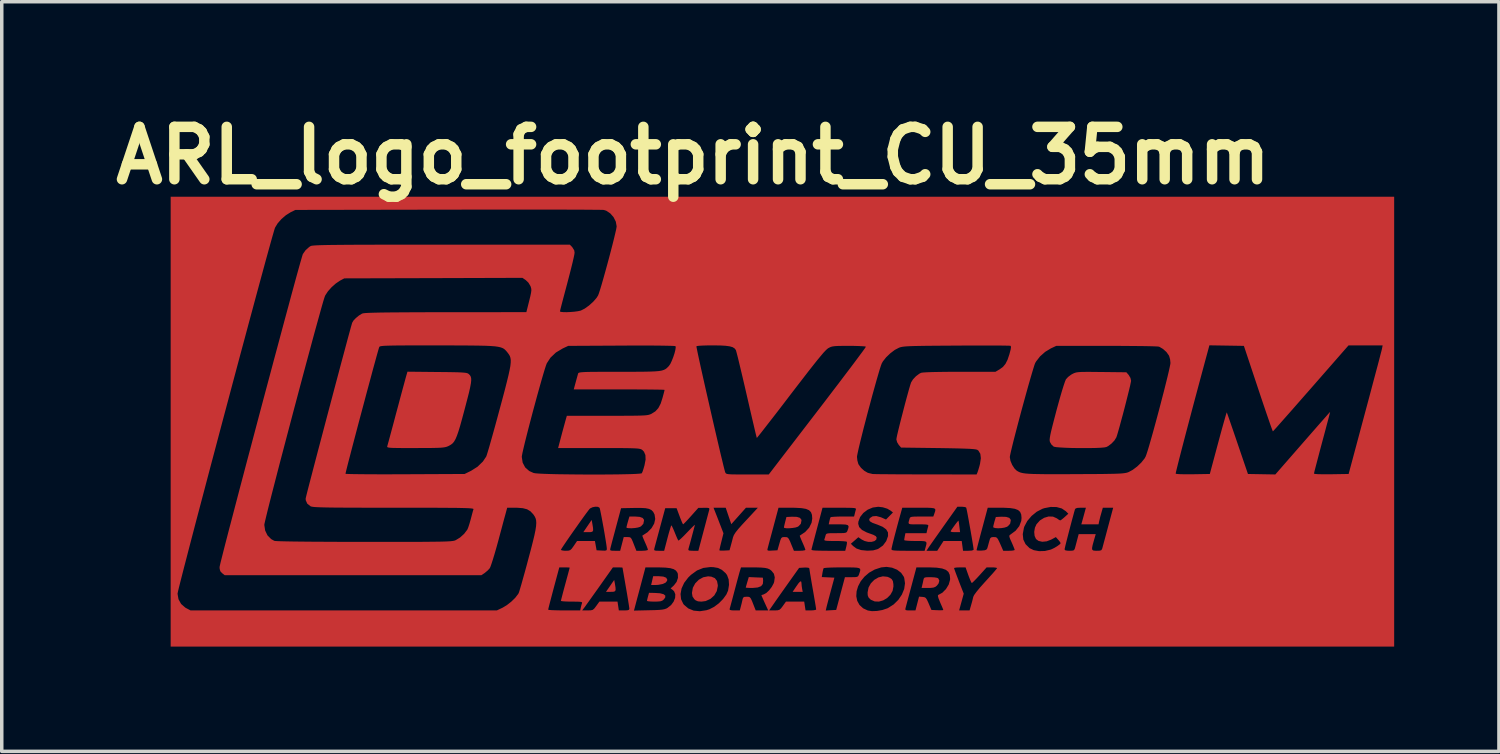
<source format=kicad_pcb>
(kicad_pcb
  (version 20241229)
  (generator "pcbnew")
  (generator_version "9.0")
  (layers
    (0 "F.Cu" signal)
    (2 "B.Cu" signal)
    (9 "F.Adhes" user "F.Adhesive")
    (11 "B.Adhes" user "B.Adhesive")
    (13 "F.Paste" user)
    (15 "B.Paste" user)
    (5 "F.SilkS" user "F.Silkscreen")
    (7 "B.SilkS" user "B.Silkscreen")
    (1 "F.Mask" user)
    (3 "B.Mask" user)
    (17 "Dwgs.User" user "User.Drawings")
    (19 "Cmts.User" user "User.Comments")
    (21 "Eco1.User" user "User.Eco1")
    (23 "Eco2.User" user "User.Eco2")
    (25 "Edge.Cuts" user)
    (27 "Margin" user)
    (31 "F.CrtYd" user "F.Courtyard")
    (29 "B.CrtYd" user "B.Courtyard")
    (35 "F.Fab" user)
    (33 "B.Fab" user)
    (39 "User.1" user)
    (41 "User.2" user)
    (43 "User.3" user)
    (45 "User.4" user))
  (footprint "ARL_logo_footprint_CU_35mm"
    (layer "F.Cu")
    (at 19.34 9.024)
    (property "Reference" "ARL_logo_footprint_CU_35mm" (at -2.54 -7.62 0) (layer "F.SilkS") (effects (font (size 1.5 1.5) (thickness 0.3))))
    (attr board_only exclude_from_pos_files exclude_from_bom)
    (fp_poly (pts (xy -5.428 2.926) (xy -5.409 3.041) (xy -5.406 3.111) (xy -5.425 3.148) (xy -5.47 3.162) (xy -5.546 3.164) (xy -5.687 3.164) (xy -5.568 2.989) (xy -5.448 2.814)) (stroke (width 0) (type solid)) (fill yes) (layer "F.Cu"))
    (fp_poly (pts (xy -4.783 4.639) (xy -4.765 4.752) (xy -4.762 4.821) (xy -4.782 4.857) (xy -4.829 4.871) (xy -4.899 4.873) (xy -5.038 4.873) (xy -4.92 4.702) (xy -4.803 4.532)) (stroke (width 0) (type solid)) (fill yes) (layer "F.Cu"))
    (fp_poly (pts (xy 0.56 4.62) (xy 0.56 4.631) (xy 0.566 4.708) (xy 0.578 4.785) (xy 0.595 4.873) (xy 0.451 4.873) (xy 0.307 4.873) (xy 0.41 4.719) (xy 0.478 4.623) (xy 0.524 4.575) (xy 0.55 4.575)) (stroke (width 0) (type solid)) (fill yes) (layer "F.Cu"))
    (fp_poly (pts (xy -3.397 4.436) (xy -3.315 4.468) (xy -3.284 4.521) (xy -3.289 4.559) (xy -3.333 4.611) (xy -3.421 4.65) (xy -3.544 4.673) (xy -3.63 4.677) (xy -3.745 4.677) (xy -3.716 4.551) (xy -3.687 4.425) (xy -3.529 4.425)) (stroke (width 0) (type solid)) (fill yes) (layer "F.Cu"))
    (fp_poly (pts (xy 5.062 2.864) (xy 5.072 2.933) (xy 5.081 3.003) (xy 5.101 3.164) (xy 4.957 3.164) (xy 4.871 3.161) (xy 4.833 3.148) (xy 4.834 3.129) (xy 4.867 3.077) (xy 4.916 3.008) (xy 4.969 2.936) (xy 5.016 2.875) (xy 5.048 2.839) (xy 5.055 2.834)) (stroke (width 0) (type solid)) (fill yes) (layer "F.Cu"))
    (fp_poly (pts (xy -0.748 4.459) (xy -0.546 4.467) (xy -0.538 4.555) (xy -0.547 4.647) (xy -0.597 4.711) (xy -0.693 4.748) (xy -0.836 4.761) (xy -0.845 4.761) (xy -0.941 4.76) (xy -1.009 4.756) (xy -1.036 4.752) (xy -1.036 4.752) (xy -1.029 4.722) (xy -1.01 4.656) (xy -0.993 4.597) (xy -0.949 4.45)) (stroke (width 0) (type solid)) (fill yes) (layer "F.Cu"))
    (fp_poly (pts (xy -4.074 2.726) (xy -3.988 2.757) (xy -3.95 2.809) (xy -3.949 2.827) (xy -3.968 2.924) (xy -4.03 2.992) (xy -4.063 3.012) (xy -4.123 3.031) (xy -4.208 3.045) (xy -4.299 3.052) (xy -4.381 3.051) (xy -4.437 3.043) (xy -4.453 3.03) (xy -4.445 2.992) (xy -4.426 2.919) (xy -4.41 2.862) (xy -4.367 2.716) (xy -4.212 2.716)) (stroke (width 0) (type solid)) (fill yes) (layer "F.Cu"))
    (fp_poly (pts (xy -3.646 4.904) (xy -3.491 4.914) (xy -3.388 4.941) (xy -3.339 4.982) (xy -3.343 5.038) (xy -3.387 5.095) (xy -3.427 5.126) (xy -3.482 5.144) (xy -3.565 5.151) (xy -3.655 5.153) (xy -3.755 5.15) (xy -3.829 5.143) (xy -3.864 5.134) (xy -3.864 5.132) (xy -3.857 5.093) (xy -3.84 5.025) (xy -3.835 5.006) (xy -3.806 4.901)) (stroke (width 0) (type solid)) (fill yes) (layer "F.Cu"))
    (fp_poly (pts (xy 0.426 2.726) (xy 0.516 2.754) (xy 0.557 2.806) (xy 0.56 2.827) (xy 0.541 2.924) (xy 0.479 2.992) (xy 0.446 3.012) (xy 0.387 3.031) (xy 0.303 3.044) (xy 0.212 3.052) (xy 0.13 3.052) (xy 0.073 3.044) (xy 0.057 3.031) (xy 0.063 2.994) (xy 0.08 2.922) (xy 0.093 2.87) (xy 0.129 2.73) (xy 0.288 2.722)) (stroke (width 0) (type solid)) (fill yes) (layer "F.Cu"))
    (fp_poly (pts (xy 6.419 2.726) (xy 6.509 2.754) (xy 6.55 2.806) (xy 6.553 2.827) (xy 6.534 2.924) (xy 6.472 2.992) (xy 6.439 3.012) (xy 6.371 3.034) (xy 6.282 3.048) (xy 6.19 3.053) (xy 6.111 3.047) (xy 6.06 3.032) (xy 6.049 3.017) (xy 6.057 2.971) (xy 6.077 2.894) (xy 6.087 2.856) (xy 6.125 2.73) (xy 6.282 2.722)) (stroke (width 0) (type solid)) (fill yes) (layer "F.Cu"))
    (fp_poly (pts (xy 4.362 4.458) (xy 4.441 4.471) (xy 4.475 4.486) (xy 4.507 4.552) (xy 4.487 4.63) (xy 4.44 4.692) (xy 4.394 4.73) (xy 4.34 4.751) (xy 4.261 4.76) (xy 4.185 4.761) (xy 3.999 4.761) (xy 4.017 4.687) (xy 4.037 4.602) (xy 4.051 4.533) (xy 4.063 4.49) (xy 4.084 4.466) (xy 4.128 4.456) (xy 4.21 4.453) (xy 4.255 4.453)) (stroke (width 0) (type solid)) (fill yes) (layer "F.Cu"))
    (fp_poly (pts (xy -2.021 4.438) (xy -1.92 4.481) (xy -1.859 4.561) (xy -1.836 4.68) (xy -1.836 4.706) (xy -1.865 4.851) (xy -1.938 4.977) (xy -2.048 5.075) (xy -2.184 5.137) (xy -2.305 5.153) (xy -2.403 5.145) (xy -2.471 5.116) (xy -2.508 5.084) (xy -2.56 5.008) (xy -2.576 4.91) (xy -2.576 4.901) (xy -2.551 4.756) (xy -2.482 4.629) (xy -2.38 4.526) (xy -2.254 4.456) (xy -2.115 4.429)) (stroke (width 0) (type solid)) (fill yes) (layer "F.Cu"))
    (fp_poly (pts (xy 3.02 4.442) (xy 3.078 4.466) (xy 3.142 4.508) (xy 3.177 4.565) (xy 3.191 4.652) (xy 3.193 4.717) (xy 3.169 4.845) (xy 3.105 4.958) (xy 3.012 5.051) (xy 2.9 5.117) (xy 2.778 5.152) (xy 2.658 5.148) (xy 2.549 5.101) (xy 2.529 5.085) (xy 2.478 5.031) (xy 2.456 4.969) (xy 2.453 4.89) (xy 2.48 4.75) (xy 2.547 4.628) (xy 2.645 4.529) (xy 2.763 4.46) (xy 2.891 4.429)) (stroke (width 0) (type solid)) (fill yes) (layer "F.Cu"))
    (fp_poly (pts (xy -9.873 -1.422) (xy -9.631 -1.42) (xy -9.439 -1.417) (xy -9.29 -1.414) (xy -9.178 -1.409) (xy -9.098 -1.403) (xy -9.042 -1.396) (xy -9.005 -1.386) (xy -8.98 -1.373) (xy -8.966 -1.362) (xy -8.934 -1.33) (xy -8.912 -1.293) (xy -8.899 -1.246) (xy -8.897 -1.183) (xy -8.906 -1.098) (xy -8.927 -0.985) (xy -8.96 -0.837) (xy -9.008 -0.65) (xy -9.069 -0.416) (xy -9.088 -0.344) (xy -9.156 -0.091) (xy -9.213 0.115) (xy -9.262 0.277) (xy -9.306 0.403) (xy -9.346 0.498) (xy -9.387 0.569) (xy -9.429 0.62) (xy -9.477 0.658) (xy -9.533 0.69) (xy -9.56 0.703) (xy -9.598 0.718) (xy -9.642 0.73) (xy -9.698 0.739) (xy -9.774 0.746) (xy -9.876 0.75) (xy -10.011 0.753) (xy -10.186 0.755) (xy -10.407 0.755) (xy -10.497 0.756) (xy -10.732 0.756) (xy -10.918 0.755) (xy -11.059 0.753) (xy -11.162 0.751) (xy -11.232 0.746) (xy -11.275 0.739) (xy -11.297 0.73) (xy -11.304 0.719) (xy -11.301 0.705) (xy -11.291 0.667) (xy -11.267 0.581) (xy -11.233 0.455) (xy -11.19 0.295) (xy -11.139 0.107) (xy -11.084 -0.1) (xy -11.047 -0.24) (xy -10.987 -0.462) (xy -10.931 -0.673) (xy -10.879 -0.866) (xy -10.834 -1.032) (xy -10.798 -1.164) (xy -10.774 -1.253) (xy -10.766 -1.282) (xy -10.723 -1.431)) (stroke (width 0) (type solid)) (fill yes) (layer "F.Cu"))
    (fp_poly (pts (xy 8.849 -1.425) (xy 9.043 -1.423) (xy 9.153 -1.422) (xy 9.862 -1.414) (xy 9.93 -1.336) (xy 9.98 -1.251) (xy 9.998 -1.172) (xy 9.99 -1.126) (xy 9.971 -1.035) (xy 9.941 -0.908) (xy 9.902 -0.752) (xy 9.858 -0.577) (xy 9.811 -0.392) (xy 9.762 -0.206) (xy 9.713 -0.026) (xy 9.669 0.138) (xy 9.629 0.278) (xy 9.598 0.384) (xy 9.576 0.449) (xy 9.575 0.451) (xy 9.521 0.539) (xy 9.436 0.628) (xy 9.341 0.7) (xy 9.289 0.726) (xy 9.229 0.738) (xy 9.125 0.747) (xy 8.986 0.753) (xy 8.823 0.756) (xy 8.643 0.757) (xy 8.459 0.756) (xy 8.278 0.753) (xy 8.111 0.747) (xy 7.968 0.739) (xy 7.858 0.73) (xy 7.792 0.718) (xy 7.781 0.714) (xy 7.719 0.658) (xy 7.676 0.584) (xy 7.668 0.553) (xy 7.666 0.513) (xy 7.672 0.457) (xy 7.685 0.381) (xy 7.708 0.276) (xy 7.742 0.138) (xy 7.788 -0.041) (xy 7.847 -0.266) (xy 7.86 -0.317) (xy 7.918 -0.528) (xy 7.973 -0.724) (xy 8.024 -0.898) (xy 8.069 -1.041) (xy 8.105 -1.147) (xy 8.13 -1.208) (xy 8.134 -1.215) (xy 8.195 -1.281) (xy 8.281 -1.345) (xy 8.318 -1.366) (xy 8.358 -1.386) (xy 8.398 -1.401) (xy 8.444 -1.412) (xy 8.505 -1.419) (xy 8.587 -1.424) (xy 8.699 -1.425)) (stroke (width 0) (type solid)) (fill yes) (layer "F.Cu"))
    (pad "1" smd custom (at 5.08 -5.08) (size 1.524 1.524) (layers "F.Cu" "F.Mask" "F.Paste") (options (anchor circle)) (primitives (gr_poly (pts (xy 12.451 5.08) (xy 12.451 11.521) (xy -5.066 11.521) (xy -22.583 11.521) (xy -22.583 10.49) (xy -9.317 10.49) (xy -8.886 10.48) (xy -8.715 10.476) (xy -8.59 10.47) (xy -8.501 10.461) (xy -8.437 10.448) (xy -8.388 10.43) (xy -8.357 10.413) (xy -8.254 10.332) (xy -8.181 10.233) (xy -8.139 10.127) (xy -8.133 10.025) (xy -8.136 10.015) (xy -7.983 10.015) (xy -7.968 10.165) (xy -7.905 10.297) (xy -7.886 10.322) (xy -7.761 10.428) (xy -7.607 10.491) (xy -7.431 10.508) (xy -7.241 10.479) (xy -7.16 10.453) (xy -7.153 10.45) (xy -6.579 10.45) (xy -6.568 10.472) (xy -6.512 10.483) (xy -6.438 10.485) (xy -6.286 10.485) (xy -6.258 10.378) (xy -6.233 10.281) (xy -6.212 10.188) (xy -6.211 10.182) (xy -6.193 10.123) (xy -6.159 10.098) (xy -6.089 10.093) (xy -6.089 10.093) (xy -6.035 10.095) (xy -5.999 10.109) (xy -5.97 10.145) (xy -5.937 10.215) (xy -5.908 10.289) (xy -5.831 10.485) (xy -5.652 10.485) (xy -5.473 10.485) (xy -5.447 10.485) (xy -5.296 10.485) (xy -5.208 10.482) (xy -5.152 10.467) (xy -5.107 10.427) (xy -5.055 10.359) (xy -4.965 10.233) (xy -4.703 10.233) (xy -4.442 10.233) (xy -4.423 10.359) (xy -4.404 10.485) (xy -4.252 10.485) (xy -4.168 10.48) (xy -4.113 10.469) (xy -4.1 10.458) (xy -4.104 10.423) (xy -4.117 10.342) (xy -4.137 10.223) (xy -4.162 10.076) (xy -4.191 9.907) (xy -4.198 9.869) (xy -4.228 9.697) (xy -4.254 9.544) (xy -4.256 9.53) (xy -3.939 9.53) (xy -3.758 9.538) (xy -3.578 9.547) (xy -3.684 9.939) (xy -3.723 10.086) (xy -3.759 10.219) (xy -3.787 10.327) (xy -3.805 10.397) (xy -3.807 10.409) (xy -3.825 10.488) (xy -3.676 10.479) (xy -3.526 10.471) (xy -3.421 10.078) (xy -2.951 10.078) (xy -2.924 10.211) (xy -2.859 10.329) (xy -2.754 10.425) (xy -2.621 10.487) (xy -2.502 10.506) (xy -2.356 10.5) (xy -2.202 10.473) (xy -2.159 10.458) (xy -1.547 10.458) (xy -1.531 10.477) (xy -1.481 10.484) (xy -1.407 10.485) (xy -1.256 10.485) (xy -1.205 10.287) (xy -1.154 10.09) (xy -1.054 10.098) (xy -1 10.106) (xy -0.962 10.127) (xy -0.93 10.173) (xy -0.891 10.256) (xy -0.877 10.289) (xy -0.8 10.471) (xy -0.63 10.479) (xy -0.54 10.481) (xy -0.479 10.478) (xy -0.459 10.472) (xy -0.47 10.441) (xy -0.498 10.373) (xy -0.539 10.28) (xy -0.549 10.256) (xy -0.597 10.138) (xy -0.615 10.067) (xy -0.607 10.044) (xy -0.486 9.978) (xy -0.382 9.872) (xy -0.304 9.744) (xy -0.266 9.61) (xy -0.264 9.574) (xy -0.275 9.466) (xy -0.313 9.383) (xy -0.384 9.324) (xy -0.493 9.284) (xy -0.561 9.274) (xy -0.151 9.274) (xy -0.141 9.306) (xy -0.115 9.38) (xy -0.075 9.487) (xy -0.026 9.614) (xy -0.013 9.65) (xy 0.126 10.005) (xy 0.06 10.245) (xy -0.006 10.485) (xy 0.143 10.485) (xy 0.293 10.485) (xy 0.337 10.332) (xy 0.366 10.23) (xy 0.389 10.138) (xy 0.398 10.098) (xy 0.425 10.042) (xy 0.491 9.952) (xy 0.591 9.83) (xy 0.724 9.681) (xy 0.747 9.656) (xy 0.855 9.537) (xy 0.949 9.433) (xy 1.022 9.349) (xy 1.067 9.294) (xy 1.081 9.274) (xy 1.056 9.262) (xy 0.991 9.254) (xy 0.931 9.253) (xy 0.781 9.253) (xy 0.579 9.477) (xy 0.495 9.568) (xy 0.424 9.641) (xy 0.375 9.688) (xy 0.357 9.701) (xy 0.34 9.676) (xy 0.31 9.611) (xy 0.273 9.517) (xy 0.258 9.477) (xy 0.179 9.253) (xy 0.014 9.253) (xy -0.074 9.256) (xy -0.134 9.264) (xy -0.151 9.274) (xy -0.561 9.274) (xy -0.645 9.261) (xy -0.846 9.253) (xy -0.885 9.253) (xy -1.229 9.253) (xy -1.377 9.806) (xy -1.423 9.977) (xy -1.465 10.133) (xy -1.5 10.265) (xy -1.526 10.363) (xy -1.54 10.417) (xy -1.542 10.422) (xy -1.547 10.458) (xy -2.159 10.458) (xy -2.063 10.426) (xy -2.043 10.417) (xy -1.881 10.314) (xy -1.747 10.182) (xy -1.645 10.031) (xy -1.579 9.87) (xy -1.556 9.708) (xy -1.578 9.554) (xy -1.59 9.521) (xy -1.667 9.408) (xy -1.783 9.319) (xy -1.927 9.261) (xy -2.087 9.238) (xy -2.238 9.253) (xy -2.423 9.314) (xy -2.583 9.404) (xy -2.717 9.519) (xy -2.823 9.649) (xy -2.898 9.791) (xy -2.942 9.936) (xy -2.951 10.078) (xy -3.421 10.078) (xy -3.401 10.002) (xy -3.276 9.533) (xy -3.088 9.533) (xy -2.988 9.532) (xy -2.93 9.524) (xy -2.898 9.505) (xy -2.878 9.467) (xy -2.87 9.445) (xy -2.848 9.379) (xy -2.836 9.33) (xy -2.842 9.296) (xy -2.872 9.274) (xy -2.933 9.261) (xy -3.031 9.255) (xy -3.171 9.253) (xy -3.356 9.253) (xy -3.52 9.254) (xy -3.665 9.257) (xy -3.78 9.262) (xy -3.857 9.269) (xy -3.887 9.276) (xy -3.9 9.317) (xy -3.916 9.39) (xy -3.92 9.415) (xy -3.939 9.53) (xy -4.256 9.53) (xy -4.275 9.418) (xy -4.289 9.327) (xy -4.296 9.281) (xy -4.296 9.278) (xy -4.321 9.263) (xy -4.39 9.257) (xy -4.442 9.258) (xy -4.588 9.267) (xy -4.877 9.673) (xy -4.983 9.823) (xy -5.09 9.974) (xy -5.188 10.113) (xy -5.269 10.228) (xy -5.306 10.282) (xy -5.447 10.485) (xy -5.473 10.485) (xy -5.571 10.271) (xy -5.615 10.173) (xy -5.649 10.097) (xy -5.667 10.055) (xy -5.668 10.05) (xy -5.645 10.039) (xy -5.602 10.026) (xy -5.528 9.986) (xy -5.447 9.91) (xy -5.373 9.814) (xy -5.318 9.713) (xy -5.303 9.671) (xy -5.285 9.54) (xy -5.31 9.435) (xy -5.376 9.352) (xy -5.425 9.313) (xy -5.484 9.286) (xy -5.563 9.268) (xy -5.671 9.258) (xy -5.819 9.253) (xy -5.935 9.253) (xy -6.252 9.253) (xy -6.28 9.344) (xy -6.297 9.4) (xy -6.324 9.5) (xy -6.36 9.632) (xy -6.401 9.786) (xy -6.438 9.925) (xy -6.48 10.084) (xy -6.518 10.226) (xy -6.549 10.34) (xy -6.57 10.418) (xy -6.579 10.45) (xy -7.153 10.45) (xy -7.022 10.383) (xy -6.886 10.281) (xy -6.765 10.158) (xy -6.671 10.029) (xy -6.622 9.918) (xy -6.595 9.752) (xy -6.605 9.599) (xy -6.652 9.472) (xy -6.693 9.417) (xy -6.799 9.324) (xy -6.909 9.269) (xy -7.043 9.246) (xy -7.13 9.243) (xy -7.329 9.268) (xy -7.512 9.341) (xy -7.684 9.466) (xy -7.763 9.543) (xy -7.88 9.696) (xy -7.954 9.856) (xy -7.983 10.015) (xy -8.136 10.015) (xy -8.166 9.94) (xy -8.2 9.905) (xy -8.267 9.855) (xy -8.174 9.769) (xy -8.096 9.668) (xy -8.057 9.553) (xy -8.06 9.44) (xy -8.073 9.403) (xy -8.114 9.345) (xy -8.18 9.303) (xy -8.278 9.275) (xy -8.417 9.259) (xy -8.602 9.253) (xy -8.644 9.253) (xy -8.988 9.253) (xy -9.135 9.806) (xy -9.181 9.978) (xy -9.223 10.135) (xy -9.258 10.267) (xy -9.284 10.365) (xy -9.298 10.42) (xy -9.3 10.425) (xy -9.317 10.49) (xy -22.583 10.49) (xy -22.583 10.008) (xy -22.386 10.008) (xy -22.359 10.165) (xy -22.284 10.3) (xy -22.165 10.404) (xy -22.137 10.42) (xy -22.014 10.485) (xy -17.629 10.485) (xy -13.243 10.485) (xy -13.199 10.464) (xy -11.773 10.464) (xy -11.747 10.471) (xy -11.674 10.477) (xy -11.563 10.481) (xy -11.424 10.484) (xy -11.314 10.485) (xy -10.856 10.485) (xy -10.8 10.485) (xy -10.644 10.485) (xy -10.553 10.482) (xy -10.496 10.468) (xy -10.451 10.429) (xy -10.398 10.359) (xy -10.307 10.233) (xy -10.048 10.233) (xy -9.788 10.233) (xy -9.769 10.359) (xy -9.75 10.485) (xy -9.6 10.485) (xy -9.511 10.482) (xy -9.465 10.47) (xy -9.449 10.445) (xy -9.449 10.436) (xy -9.454 10.394) (xy -9.467 10.307) (xy -9.487 10.182) (xy -9.512 10.03) (xy -9.541 9.86) (xy -9.547 9.827) (xy -9.576 9.657) (xy -9.602 9.508) (xy -9.623 9.386) (xy -9.638 9.301) (xy -9.644 9.262) (xy -9.645 9.26) (xy -9.67 9.256) (xy -9.734 9.253) (xy -9.783 9.253) (xy -9.92 9.253) (xy -10.291 9.778) (xy -10.402 9.934) (xy -10.506 10.08) (xy -10.597 10.208) (xy -10.67 10.309) (xy -10.718 10.377) (xy -10.731 10.394) (xy -10.8 10.485) (xy -10.856 10.485) (xy -10.84 10.408) (xy -10.822 10.331) (xy -10.806 10.282) (xy -10.802 10.26) (xy -10.816 10.246) (xy -10.857 10.238) (xy -10.934 10.234) (xy -11.055 10.233) (xy -11.098 10.233) (xy -11.222 10.231) (xy -11.323 10.226) (xy -11.389 10.219) (xy -11.409 10.212) (xy -11.402 10.179) (xy -11.382 10.102) (xy -11.353 9.989) (xy -11.316 9.85) (xy -11.283 9.729) (xy -11.242 9.577) (xy -11.206 9.445) (xy -11.179 9.343) (xy -11.162 9.278) (xy -11.157 9.26) (xy -11.182 9.256) (xy -11.247 9.253) (xy -11.306 9.253) (xy -11.455 9.253) (xy -11.615 9.848) (xy -11.661 10.022) (xy -11.702 10.178) (xy -11.736 10.308) (xy -11.76 10.403) (xy -11.772 10.456) (xy -11.773 10.464) (xy -13.199 10.464) (xy -13.075 10.405) (xy -12.956 10.333) (xy -12.831 10.235) (xy -12.718 10.125) (xy -12.635 10.018) (xy -12.619 9.991) (xy -12.604 9.951) (xy -12.578 9.864) (xy -12.54 9.736) (xy -12.495 9.574) (xy -12.442 9.386) (xy -12.385 9.177) (xy -12.346 9.029) (xy -12.272 8.754) (xy -12.271 8.75) (xy -11.409 8.75) (xy -11.384 8.765) (xy -11.32 8.775) (xy -11.272 8.777) (xy -11.195 8.774) (xy -11.144 8.759) (xy -11.101 8.72) (xy -11.047 8.646) (xy -11.041 8.637) (xy -10.947 8.498) (xy -10.691 8.497) (xy -10.435 8.497) (xy -10.411 8.63) (xy -10.387 8.763) (xy -10.24 8.771) (xy -10.154 8.774) (xy -10.111 8.767) (xy -10.095 8.744) (xy -9.999 8.744) (xy -9.988 8.767) (xy -9.946 8.775) (xy -9.861 8.777) (xy -9.712 8.777) (xy -9.661 8.581) (xy -9.61 8.385) (xy -9.506 8.385) (xy -9.452 8.387) (xy -9.415 8.4) (xy -9.386 8.437) (xy -9.354 8.507) (xy -9.325 8.581) (xy -9.248 8.777) (xy -9.082 8.777) (xy -8.991 8.772) (xy -8.932 8.76) (xy -8.919 8.75) (xy -8.739 8.75) (xy -8.722 8.769) (xy -8.671 8.776) (xy -8.601 8.777) (xy -8.452 8.777) (xy -8.357 8.413) (xy -8.321 8.279) (xy -8.288 8.168) (xy -8.263 8.088) (xy -8.248 8.05) (xy -8.246 8.049) (xy -8.229 8.073) (xy -8.198 8.137) (xy -8.159 8.229) (xy -8.146 8.261) (xy -8.105 8.361) (xy -8.071 8.439) (xy -8.048 8.481) (xy -8.044 8.485) (xy -8.019 8.47) (xy -7.964 8.422) (xy -7.888 8.348) (xy -7.799 8.256) (xy -7.711 8.165) (xy -7.639 8.092) (xy -7.59 8.046) (xy -7.572 8.033) (xy -7.572 8.033) (xy -7.579 8.064) (xy -7.598 8.136) (xy -7.625 8.238) (xy -7.657 8.358) (xy -7.69 8.483) (xy -7.723 8.601) (xy -7.751 8.701) (xy -7.758 8.728) (xy -7.759 8.756) (xy -7.733 8.771) (xy -7.667 8.776) (xy -7.622 8.777) (xy -7.473 8.777) (xy -7.326 8.223) (xy -7.28 8.051) (xy -7.239 7.895) (xy -7.204 7.764) (xy -7.178 7.666) (xy -7.163 7.612) (xy -7.162 7.607) (xy -7.157 7.572) (xy -7.171 7.554) (xy -7.218 7.547) (xy -7.309 7.547) (xy -7.31 7.547) (xy -7.474 7.549) (xy -7.684 7.784) (xy -7.769 7.878) (xy -7.841 7.954) (xy -7.89 8.004) (xy -7.909 8.02) (xy -7.925 7.996) (xy -7.954 7.931) (xy -7.992 7.837) (xy -8.01 7.789) (xy -8.096 7.558) (xy -8.259 7.558) (xy -8.422 7.558) (xy -8.57 8.104) (xy -8.616 8.275) (xy -8.658 8.43) (xy -8.693 8.56) (xy -8.719 8.657) (xy -8.733 8.71) (xy -8.734 8.714) (xy -8.739 8.75) (xy -8.919 8.75) (xy -8.917 8.748) (xy -8.928 8.71) (xy -8.956 8.636) (xy -8.997 8.543) (xy -9.001 8.534) (xy -9.041 8.443) (xy -9.068 8.376) (xy -9.078 8.345) (xy -9.078 8.344) (xy -8.928 8.246) (xy -8.813 8.128) (xy -8.738 7.999) (xy -8.708 7.867) (xy -8.727 7.74) (xy -8.732 7.729) (xy -8.768 7.66) (xy -8.818 7.61) (xy -8.888 7.577) (xy -8.988 7.557) (xy -9.126 7.55) (xy -9.311 7.55) (xy -9.316 7.551) (xy -9.686 7.558) (xy -9.829 8.09) (xy -9.874 8.26) (xy -9.916 8.415) (xy -9.951 8.546) (xy -9.976 8.644) (xy -9.99 8.698) (xy -9.991 8.7) (xy -9.999 8.744) (xy -10.095 8.744) (xy -10.095 8.744) (xy -10.094 8.715) (xy -10.099 8.664) (xy -10.112 8.571) (xy -10.132 8.446) (xy -10.156 8.3) (xy -10.183 8.143) (xy -10.212 7.986) (xy -10.239 7.838) (xy -10.264 7.711) (xy -10.284 7.613) (xy -10.298 7.556) (xy -10.301 7.547) (xy -10.305 7.544) (xy -7.039 7.544) (xy -6.981 7.691) (xy -6.941 7.792) (xy -6.892 7.918) (xy -6.843 8.046) (xy -6.838 8.057) (xy -6.754 8.276) (xy -6.813 8.511) (xy -6.84 8.619) (xy -6.86 8.705) (xy -6.871 8.756) (xy -6.872 8.763) (xy -6.847 8.771) (xy -6.782 8.773) (xy -6.726 8.771) (xy -6.58 8.763) (xy -6.577 8.752) (xy -5.497 8.752) (xy -5.482 8.77) (xy -5.435 8.775) (xy -5.358 8.771) (xy -5.208 8.763) (xy -5.154 8.574) (xy -5.125 8.475) (xy -5.101 8.418) (xy -5.074 8.392) (xy -5.032 8.385) (xy -4.999 8.385) (xy -4.947 8.387) (xy -4.911 8.402) (xy -4.881 8.44) (xy -4.846 8.511) (xy -4.818 8.581) (xy -4.737 8.777) (xy -4.573 8.777) (xy -4.485 8.773) (xy -4.425 8.762) (xy -4.408 8.751) (xy -4.411 8.74) (xy -4.235 8.74) (xy -4.227 8.754) (xy -4.193 8.764) (xy -4.125 8.77) (xy -4.018 8.774) (xy -3.865 8.776) (xy -3.755 8.777) (xy -3.267 8.777) (xy -3.237 8.659) (xy -3.221 8.582) (xy -3.221 8.576) (xy -3.106 8.576) (xy -3.042 8.641) (xy -2.944 8.713) (xy -2.814 8.757) (xy -2.644 8.774) (xy -2.617 8.774) (xy -2.468 8.766) (xy -2.347 8.732) (xy -1.944 8.732) (xy -1.938 8.748) (xy -1.915 8.76) (xy -1.869 8.768) (xy -1.79 8.773) (xy -1.673 8.776) (xy -1.508 8.777) (xy -1.469 8.777) (xy -0.994 8.777) (xy -0.941 8.777) (xy -0.787 8.777) (xy -0.633 8.777) (xy -0.543 8.637) (xy -0.453 8.497) (xy -0.193 8.497) (xy 0.068 8.497) (xy 0.087 8.637) (xy 0.106 8.777) (xy 0.257 8.777) (xy 0.357 8.771) (xy 0.387 8.76) (xy 0.493 8.76) (xy 0.518 8.769) (xy 0.583 8.773) (xy 0.638 8.771) (xy 0.725 8.763) (xy 0.773 8.745) (xy 0.798 8.711) (xy 0.804 8.693) (xy 0.825 8.62) (xy 0.85 8.527) (xy 0.857 8.504) (xy 0.879 8.429) (xy 0.908 8.395) (xy 0.958 8.385) (xy 0.986 8.385) (xy 1.037 8.387) (xy 1.073 8.403) (xy 1.104 8.442) (xy 1.141 8.515) (xy 1.171 8.581) (xy 1.257 8.777) (xy 1.421 8.777) (xy 1.509 8.773) (xy 1.568 8.763) (xy 1.585 8.752) (xy 1.574 8.717) (xy 1.545 8.645) (xy 1.505 8.551) (xy 1.498 8.536) (xy 1.454 8.438) (xy 1.433 8.377) (xy 1.432 8.343) (xy 1.449 8.322) (xy 1.46 8.315) (xy 1.479 8.301) (xy 1.816 8.301) (xy 1.832 8.456) (xy 1.896 8.588) (xy 2.01 8.701) (xy 2.132 8.76) (xy 2.284 8.788) (xy 2.45 8.783) (xy 2.614 8.744) (xy 2.633 8.736) (xy 3.013 8.736) (xy 3.03 8.762) (xy 3.088 8.774) (xy 3.152 8.777) (xy 3.235 8.774) (xy 3.28 8.761) (xy 3.304 8.724) (xy 3.319 8.672) (xy 3.344 8.577) (xy 3.373 8.467) (xy 3.382 8.434) (xy 3.417 8.301) (xy 3.661 8.301) (xy 3.905 8.301) (xy 3.851 8.489) (xy 3.816 8.616) (xy 3.8 8.699) (xy 3.806 8.747) (xy 3.835 8.769) (xy 3.893 8.776) (xy 3.936 8.777) (xy 4.019 8.774) (xy 4.064 8.761) (xy 4.088 8.724) (xy 4.103 8.672) (xy 4.119 8.611) (xy 4.147 8.507) (xy 4.184 8.371) (xy 4.226 8.213) (xy 4.268 8.055) (xy 4.405 7.544) (xy 4.257 7.544) (xy 4.109 7.544) (xy 4.065 7.698) (xy 4.036 7.8) (xy 4.013 7.895) (xy 4.003 7.936) (xy 3.986 8.02) (xy 3.74 8.02) (xy 3.493 8.02) (xy 3.559 7.782) (xy 3.624 7.544) (xy 3.475 7.544) (xy 3.382 7.549) (xy 3.332 7.564) (xy 3.31 7.593) (xy 3.288 7.669) (xy 3.258 7.78) (xy 3.221 7.916) (xy 3.181 8.067) (xy 3.14 8.223) (xy 3.101 8.375) (xy 3.066 8.512) (xy 3.038 8.625) (xy 3.02 8.703) (xy 3.013 8.736) (xy 2.633 8.736) (xy 2.644 8.732) (xy 2.724 8.693) (xy 2.803 8.645) (xy 2.867 8.599) (xy 2.899 8.564) (xy 2.9 8.558) (xy 2.883 8.526) (xy 2.841 8.472) (xy 2.832 8.462) (xy 2.764 8.385) (xy 2.63 8.457) (xy 2.5 8.507) (xy 2.374 8.519) (xy 2.266 8.494) (xy 2.195 8.44) (xy 2.155 8.351) (xy 2.144 8.237) (xy 2.164 8.117) (xy 2.209 8.018) (xy 2.308 7.908) (xy 2.428 7.833) (xy 2.556 7.795) (xy 2.681 7.799) (xy 2.79 7.847) (xy 2.797 7.852) (xy 2.852 7.891) (xy 2.887 7.908) (xy 2.888 7.908) (xy 2.919 7.891) (xy 2.975 7.847) (xy 3.015 7.812) (xy 3.121 7.716) (xy 3.05 7.645) (xy 2.934 7.566) (xy 2.785 7.525) (xy 2.615 7.522) (xy 2.433 7.557) (xy 2.377 7.576) (xy 2.216 7.659) (xy 2.068 7.78) (xy 1.946 7.924) (xy 1.863 8.079) (xy 1.849 8.12) (xy 1.816 8.301) (xy 1.479 8.301) (xy 1.611 8.203) (xy 1.716 8.071) (xy 1.773 7.923) (xy 1.781 7.837) (xy 1.772 7.739) (xy 1.741 7.665) (xy 1.682 7.611) (xy 1.589 7.575) (xy 1.455 7.554) (xy 1.275 7.545) (xy 1.172 7.544) (xy 0.813 7.544) (xy 0.653 8.142) (xy 0.606 8.317) (xy 0.565 8.473) (xy 0.531 8.603) (xy 0.507 8.699) (xy 0.494 8.752) (xy 0.493 8.76) (xy 0.387 8.76) (xy 0.404 8.753) (xy 0.409 8.741) (xy 0.404 8.699) (xy 0.391 8.614) (xy 0.372 8.495) (xy 0.348 8.353) (xy 0.321 8.197) (xy 0.292 8.038) (xy 0.265 7.885) (xy 0.24 7.749) (xy 0.219 7.64) (xy 0.203 7.566) (xy 0.196 7.54) (xy 0.162 7.525) (xy 0.092 7.517) (xy 0.063 7.516) (xy -0.056 7.516) (xy -0.447 8.067) (xy -0.559 8.226) (xy -0.663 8.373) (xy -0.754 8.502) (xy -0.826 8.605) (xy -0.874 8.674) (xy -0.889 8.697) (xy -0.941 8.777) (xy -0.994 8.777) (xy -0.965 8.672) (xy -0.945 8.598) (xy -0.94 8.549) (xy -0.957 8.519) (xy -1.004 8.503) (xy -1.09 8.497) (xy -1.222 8.497) (xy -1.257 8.497) (xy -1.384 8.495) (xy -1.487 8.489) (xy -1.556 8.481) (xy -1.579 8.472) (xy -1.574 8.429) (xy -1.562 8.361) (xy -1.562 8.36) (xy -1.544 8.273) (xy -1.243 8.273) (xy -0.941 8.273) (xy -0.923 8.195) (xy -0.904 8.12) (xy -0.89 8.069) (xy -0.888 8.048) (xy -0.905 8.034) (xy -0.949 8.025) (xy -1.029 8.021) (xy -1.155 8.02) (xy -1.173 8.02) (xy -1.307 8.021) (xy -1.392 8.018) (xy -1.439 8.006) (xy -1.455 7.981) (xy -1.448 7.937) (xy -1.428 7.868) (xy -1.426 7.859) (xy -1.415 7.833) (xy -1.396 7.815) (xy -1.358 7.804) (xy -1.291 7.799) (xy -1.185 7.797) (xy -1.076 7.796) (xy -0.745 7.796) (xy -0.714 7.708) (xy -0.694 7.65) (xy -0.686 7.607) (xy -0.696 7.578) (xy -0.73 7.56) (xy -0.797 7.55) (xy -0.903 7.545) (xy -1.054 7.544) (xy -1.159 7.544) (xy -1.634 7.544) (xy -1.675 7.691) (xy -1.723 7.862) (xy -1.771 8.039) (xy -1.817 8.213) (xy -1.86 8.376) (xy -1.896 8.519) (xy -1.923 8.632) (xy -1.94 8.707) (xy -1.944 8.732) (xy -2.347 8.732) (xy -2.346 8.731) (xy -2.315 8.717) (xy -2.188 8.627) (xy -2.093 8.499) (xy -2.041 8.354) (xy -2.044 8.251) (xy -2.095 8.164) (xy -2.197 8.09) (xy -2.351 8.026) (xy -2.364 8.022) (xy -2.488 7.977) (xy -2.56 7.934) (xy -2.583 7.891) (xy -2.563 7.842) (xy -2.561 7.84) (xy -2.485 7.791) (xy -2.38 7.782) (xy -2.254 7.815) (xy -2.233 7.823) (xy -2.1 7.882) (xy -2.001 7.782) (xy -1.901 7.681) (xy -1.967 7.628) (xy -2.065 7.571) (xy -2.192 7.532) (xy -2.322 7.517) (xy -2.48 7.539) (xy -2.626 7.601) (xy -2.749 7.694) (xy -2.84 7.809) (xy -2.89 7.94) (xy -2.896 8.004) (xy -2.868 8.098) (xy -2.787 8.181) (xy -2.651 8.252) (xy -2.574 8.28) (xy -2.46 8.321) (xy -2.395 8.357) (xy -2.368 8.394) (xy -2.368 8.397) (xy -2.379 8.458) (xy -2.432 8.5) (xy -2.513 8.522) (xy -2.611 8.522) (xy -2.712 8.497) (xy -2.792 8.457) (xy -2.892 8.389) (xy -2.999 8.483) (xy -3.106 8.576) (xy -3.221 8.576) (xy -3.218 8.529) (xy -3.221 8.519) (xy -3.253 8.51) (xy -3.329 8.503) (xy -3.438 8.498) (xy -3.558 8.497) (xy -3.698 8.496) (xy -3.789 8.492) (xy -3.842 8.485) (xy -3.865 8.473) (xy -3.866 8.455) (xy -3.865 8.452) (xy -3.844 8.389) (xy -3.831 8.34) (xy -3.821 8.31) (xy -3.802 8.29) (xy -3.764 8.279) (xy -3.696 8.274) (xy -3.587 8.273) (xy -3.522 8.273) (xy -3.392 8.272) (xy -3.306 8.269) (xy -3.255 8.26) (xy -3.226 8.244) (xy -3.21 8.218) (xy -3.203 8.201) (xy -3.177 8.124) (xy -3.172 8.073) (xy -3.196 8.042) (xy -3.257 8.026) (xy -3.362 8.021) (xy -3.458 8.02) (xy -3.74 8.02) (xy -3.721 7.929) (xy -3.704 7.861) (xy -3.689 7.819) (xy -3.689 7.817) (xy -3.658 7.809) (xy -3.582 7.803) (xy -3.473 7.798) (xy -3.345 7.796) (xy -3.014 7.796) (xy -2.995 7.719) (xy -2.976 7.643) (xy -2.962 7.593) (xy -2.961 7.576) (xy -2.973 7.563) (xy -3.007 7.554) (xy -3.07 7.549) (xy -3.169 7.546) (xy -3.312 7.545) (xy -3.433 7.544) (xy -3.918 7.545) (xy -4.072 8.124) (xy -4.118 8.297) (xy -4.159 8.453) (xy -4.194 8.584) (xy -4.219 8.68) (xy -4.233 8.733) (xy -4.235 8.74) (xy -4.411 8.74) (xy -4.419 8.715) (xy -4.447 8.642) (xy -4.487 8.549) (xy -4.493 8.537) (xy -4.532 8.446) (xy -4.56 8.378) (xy -4.57 8.345) (xy -4.57 8.344) (xy -4.415 8.24) (xy -4.3 8.115) (xy -4.231 7.975) (xy -4.212 7.854) (xy -4.22 7.75) (xy -4.248 7.672) (xy -4.303 7.616) (xy -4.391 7.578) (xy -4.518 7.556) (xy -4.69 7.546) (xy -4.82 7.544) (xy -5.178 7.544) (xy -5.326 8.098) (xy -5.372 8.269) (xy -5.414 8.425) (xy -5.449 8.557) (xy -5.475 8.655) (xy -5.489 8.71) (xy -5.491 8.715) (xy -5.497 8.752) (xy -6.577 8.752) (xy -6.546 8.637) (xy -6.516 8.527) (xy -6.487 8.416) (xy -6.482 8.394) (xy -6.456 8.328) (xy -6.406 8.249) (xy -6.327 8.15) (xy -6.213 8.022) (xy -6.194 8.002) (xy -6.091 7.891) (xy -5.993 7.786) (xy -5.912 7.698) (xy -5.857 7.639) (xy -5.853 7.635) (xy -5.769 7.544) (xy -5.939 7.544) (xy -6.11 7.544) (xy -6.32 7.78) (xy -6.53 8.015) (xy -6.61 7.78) (xy -6.69 7.544) (xy -6.864 7.544) (xy -7.039 7.544) (xy -10.305 7.544) (xy -10.347 7.519) (xy -10.422 7.515) (xy -10.504 7.531) (xy -10.573 7.565) (xy -10.588 7.579) (xy -10.625 7.626) (xy -10.686 7.707) (xy -10.764 7.814) (xy -10.856 7.942) (xy -10.954 8.081) (xy -11.055 8.224) (xy -11.153 8.364) (xy -11.242 8.493) (xy -11.317 8.604) (xy -11.373 8.688) (xy -11.404 8.739) (xy -11.409 8.75) (xy -12.271 8.75) (xy -12.214 8.526) (xy -12.169 8.34) (xy -12.138 8.191) (xy -12.12 8.073) (xy -12.114 7.979) (xy -12.119 7.904) (xy -12.135 7.843) (xy -12.162 7.789) (xy -12.198 7.736) (xy -12.201 7.732) (xy -12.282 7.646) (xy -12.378 7.589) (xy -12.501 7.557) (xy -12.662 7.545) (xy -12.707 7.544) (xy -12.947 7.544) (xy -12.979 7.663) (xy -12.995 7.723) (xy -13.024 7.827) (xy -13.062 7.968) (xy -13.107 8.137) (xy -13.158 8.326) (xy -13.203 8.495) (xy -13.257 8.69) (xy -13.309 8.87) (xy -13.357 9.028) (xy -13.398 9.154) (xy -13.429 9.241) (xy -13.448 9.279) (xy -13.508 9.344) (xy -13.584 9.407) (xy -13.593 9.414) (xy -13.686 9.477) (xy -17.36 9.477) (xy -21.035 9.477) (xy -21.109 9.419) (xy -21.16 9.365) (xy -21.18 9.295) (xy -21.183 9.243) (xy -21.175 9.205) (xy -21.155 9.117) (xy -21.121 8.982) (xy -21.076 8.803) (xy -21.02 8.584) (xy -20.954 8.329) (xy -20.879 8.04) (xy -20.877 8.035) (xy -19.902 8.035) (xy -19.878 8.196) (xy -19.811 8.336) (xy -19.705 8.443) (xy -19.614 8.493) (xy -19.573 8.498) (xy -19.477 8.503) (xy -19.328 8.507) (xy -19.127 8.511) (xy -18.876 8.514) (xy -18.577 8.517) (xy -18.23 8.519) (xy -17.838 8.521) (xy -17.401 8.522) (xy -17.038 8.522) (xy -16.605 8.522) (xy -16.225 8.522) (xy -15.893 8.522) (xy -15.607 8.522) (xy -15.362 8.521) (xy -15.156 8.519) (xy -14.984 8.517) (xy -14.843 8.515) (xy -14.73 8.512) (xy -14.641 8.508) (xy -14.572 8.504) (xy -14.52 8.498) (xy -14.481 8.492) (xy -14.451 8.485) (xy -14.428 8.476) (xy -14.419 8.472) (xy -14.295 8.396) (xy -14.18 8.292) (xy -14.094 8.179) (xy -14.084 8.163) (xy -14.059 8.1) (xy -14.027 8.001) (xy -13.994 7.886) (xy -13.987 7.86) (xy -13.958 7.749) (xy -13.933 7.656) (xy -13.915 7.597) (xy -13.912 7.589) (xy -13.913 7.581) (xy -13.924 7.574) (xy -13.949 7.568) (xy -13.991 7.563) (xy -14.054 7.558) (xy -14.142 7.555) (xy -14.257 7.552) (xy -14.403 7.549) (xy -14.584 7.548) (xy -14.803 7.546) (xy -15.063 7.545) (xy -15.369 7.545) (xy -15.723 7.544) (xy -16.129 7.544) (xy -16.196 7.544) (xy -16.615 7.544) (xy -16.981 7.544) (xy -17.299 7.543) (xy -17.571 7.542) (xy -17.802 7.541) (xy -17.994 7.539) (xy -18.152 7.536) (xy -18.278 7.533) (xy -18.377 7.529) (xy -18.453 7.525) (xy -18.508 7.519) (xy -18.546 7.513) (xy -18.571 7.506) (xy -18.579 7.502) (xy -18.671 7.429) (xy -18.715 7.33) (xy -18.718 7.284) (xy -18.711 7.251) (xy -18.691 7.168) (xy -18.659 7.041) (xy -18.616 6.874) (xy -18.563 6.671) (xy -18.537 6.572) (xy -17.577 6.572) (xy -17.548 6.576) (xy -17.467 6.579) (xy -17.34 6.582) (xy -17.172 6.584) (xy -16.967 6.586) (xy -16.731 6.587) (xy -16.468 6.588) (xy -16.182 6.587) (xy -15.88 6.586) (xy -15.866 6.586) (xy -14.166 6.578) (xy -13.979 6.486) (xy -13.796 6.37) (xy -13.643 6.222) (xy -13.554 6.089) (xy -12.529 6.089) (xy -12.504 6.254) (xy -12.432 6.39) (xy -12.316 6.493) (xy -12.189 6.55) (xy -12.134 6.559) (xy -12.032 6.567) (xy -11.888 6.574) (xy -11.711 6.58) (xy -11.505 6.585) (xy -11.276 6.588) (xy -11.032 6.591) (xy -10.779 6.593) (xy -10.522 6.594) (xy -10.268 6.594) (xy -10.024 6.592) (xy -9.794 6.59) (xy -9.587 6.586) (xy -9.408 6.582) (xy -9.263 6.576) (xy -9.159 6.569) (xy -9.102 6.561) (xy -9.093 6.557) (xy -9.072 6.514) (xy -9.045 6.433) (xy -9.016 6.333) (xy -8.984 6.166) (xy -8.989 6.037) (xy -9.03 5.941) (xy -9.075 5.893) (xy -9.095 5.879) (xy -9.118 5.868) (xy -9.15 5.859) (xy -9.196 5.851) (xy -9.262 5.846) (xy -9.353 5.842) (xy -9.473 5.839) (xy -9.63 5.837) (xy -9.827 5.837) (xy -10.07 5.836) (xy -10.319 5.836) (xy -11.489 5.836) (xy -11.406 5.521) (xy -11.368 5.378) (xy -11.33 5.239) (xy -11.298 5.122) (xy -11.281 5.059) (xy -11.239 4.912) (xy -10.087 4.912) (xy -9.802 4.912) (xy -9.568 4.911) (xy -9.378 4.91) (xy -9.227 4.908) (xy -9.111 4.905) (xy -9.022 4.901) (xy -8.956 4.895) (xy -8.906 4.887) (xy -8.868 4.876) (xy -8.835 4.864) (xy -8.813 4.853) (xy -8.703 4.784) (xy -8.619 4.691) (xy -8.552 4.563) (xy -8.5 4.401) (xy -8.472 4.298) (xy -8.451 4.217) (xy -8.441 4.173) (xy -8.441 4.17) (xy -8.468 4.167) (xy -8.545 4.164) (xy -8.668 4.162) (xy -8.83 4.16) (xy -9.026 4.158) (xy -9.251 4.157) (xy -9.498 4.156) (xy -9.741 4.156) (xy -11.041 4.156) (xy -10.986 3.953) (xy -10.957 3.847) (xy -10.932 3.758) (xy -10.917 3.704) (xy -10.916 3.701) (xy -10.909 3.689) (xy -10.894 3.679) (xy -10.864 3.671) (xy -10.816 3.665) (xy -10.744 3.66) (xy -10.643 3.656) (xy -10.508 3.654) (xy -10.334 3.653) (xy -10.116 3.652) (xy -9.849 3.652) (xy -9.738 3.652) (xy -9.44 3.652) (xy -9.192 3.651) (xy -8.989 3.649) (xy -8.826 3.645) (xy -8.698 3.639) (xy -8.598 3.63) (xy -8.522 3.617) (xy -8.464 3.599) (xy -8.418 3.577) (xy -8.38 3.549) (xy -8.344 3.514) (xy -8.316 3.485) (xy -8.276 3.427) (xy -8.234 3.338) (xy -8.192 3.232) (xy -8.156 3.123) (xy -8.131 3.024) (xy -8.121 2.95) (xy -8.127 2.921) (xy -7.528 2.921) (xy -7.525 2.951) (xy -7.509 3.03) (xy -7.484 3.153) (xy -7.449 3.314) (xy -7.407 3.507) (xy -7.358 3.727) (xy -7.304 3.968) (xy -7.246 4.225) (xy -7.185 4.492) (xy -7.123 4.765) (xy -7.061 5.036) (xy -7 5.301) (xy -6.941 5.554) (xy -6.886 5.79) (xy -6.836 6.003) (xy -6.791 6.188) (xy -6.755 6.338) (xy -6.727 6.449) (xy -6.709 6.515) (xy -6.704 6.529) (xy -6.694 6.55) (xy -6.679 6.565) (xy -6.651 6.577) (xy -6.604 6.584) (xy -6.53 6.589) (xy -6.422 6.591) (xy -6.272 6.592) (xy -6.074 6.592) (xy -6.067 6.592) (xy -5.457 6.592) (xy -5.072 6.09) (xy -2.931 6.09) (xy -2.92 6.191) (xy -2.895 6.283) (xy -2.886 6.304) (xy -2.817 6.4) (xy -2.724 6.485) (xy -2.627 6.542) (xy -2.592 6.553) (xy -2.527 6.568) (xy -2.49 6.578) (xy -2.457 6.58) (xy -2.374 6.582) (xy -2.245 6.584) (xy -2.076 6.585) (xy -1.872 6.587) (xy -1.639 6.588) (xy -1.382 6.589) (xy -1.105 6.59) (xy -0.984 6.59) (xy 0.494 6.592) (xy 0.521 6.529) (xy 0.541 6.469) (xy 0.569 6.376) (xy 0.592 6.289) (xy 0.616 6.127) (xy 0.612 6.094) (xy 1.445 6.094) (xy 1.464 6.202) (xy 1.513 6.319) (xy 1.581 6.423) (xy 1.637 6.478) (xy 1.674 6.502) (xy 1.713 6.522) (xy 1.759 6.539) (xy 1.818 6.553) (xy 1.893 6.564) (xy 1.991 6.572) (xy 2.115 6.578) (xy 2.271 6.581) (xy 2.463 6.584) (xy 2.697 6.584) (xy 2.977 6.584) (xy 3.307 6.583) (xy 3.626 6.581) (xy 3.894 6.58) (xy 4.116 6.578) (xy 4.297 6.575) (xy 4.442 6.572) (xy 4.556 6.568) (xy 4.573 6.567) (xy 6.195 6.567) (xy 6.195 6.57) (xy 6.227 6.577) (xy 6.305 6.583) (xy 6.42 6.586) (xy 6.563 6.587) (xy 6.691 6.586) (xy 7.172 6.578) (xy 7.41 5.691) (xy 7.467 5.479) (xy 7.52 5.285) (xy 7.567 5.117) (xy 7.606 4.98) (xy 7.635 4.88) (xy 7.653 4.824) (xy 7.657 4.814) (xy 7.668 4.842) (xy 7.695 4.916) (xy 7.735 5.031) (xy 7.787 5.181) (xy 7.848 5.358) (xy 7.916 5.557) (xy 7.965 5.701) (xy 8.264 6.578) (xy 8.656 6.585) (xy 9.048 6.592) (xy 9.83 5.696) (xy 9.996 5.506) (xy 10.15 5.33) (xy 10.288 5.172) (xy 10.408 5.036) (xy 10.504 4.927) (xy 10.572 4.849) (xy 10.611 4.807) (xy 10.617 4.8) (xy 10.611 4.826) (xy 10.593 4.9) (xy 10.563 5.015) (xy 10.523 5.164) (xy 10.476 5.343) (xy 10.422 5.544) (xy 10.388 5.67) (xy 10.331 5.883) (xy 10.28 6.078) (xy 10.235 6.249) (xy 10.198 6.39) (xy 10.171 6.494) (xy 10.157 6.555) (xy 10.154 6.567) (xy 10.181 6.576) (xy 10.258 6.583) (xy 10.379 6.586) (xy 10.538 6.587) (xy 10.651 6.586) (xy 11.147 6.578) (xy 11.616 4.828) (xy 11.698 4.523) (xy 11.776 4.231) (xy 11.848 3.959) (xy 11.914 3.711) (xy 11.973 3.491) (xy 12.022 3.305) (xy 12.06 3.156) (xy 12.088 3.051) (xy 12.102 2.994) (xy 12.103 2.987) (xy 12.121 2.896) (xy 11.632 2.896) (xy 11.144 2.896) (xy 10.068 4.126) (xy 9.872 4.349) (xy 9.687 4.56) (xy 9.517 4.754) (xy 9.364 4.927) (xy 9.232 5.076) (xy 9.124 5.198) (xy 9.044 5.288) (xy 8.994 5.342) (xy 8.978 5.358) (xy 8.967 5.333) (xy 8.939 5.259) (xy 8.898 5.144) (xy 8.845 4.99) (xy 8.781 4.804) (xy 8.709 4.592) (xy 8.63 4.357) (xy 8.556 4.135) (xy 8.148 2.91) (xy 7.654 2.902) (xy 7.16 2.894) (xy 7.128 3.014) (xy 7.031 3.371) (xy 6.935 3.728) (xy 6.84 4.082) (xy 6.747 4.429) (xy 6.658 4.763) (xy 6.574 5.082) (xy 6.495 5.381) (xy 6.423 5.656) (xy 6.359 5.902) (xy 6.304 6.116) (xy 6.259 6.294) (xy 6.225 6.431) (xy 6.203 6.523) (xy 6.195 6.567) (xy 4.573 6.567) (xy 4.644 6.563) (xy 4.712 6.556) (xy 4.763 6.548) (xy 4.803 6.539) (xy 4.838 6.527) (xy 4.842 6.526) (xy 4.963 6.461) (xy 5.091 6.365) (xy 5.21 6.251) (xy 5.303 6.135) (xy 5.334 6.08) (xy 5.357 6.019) (xy 5.392 5.912) (xy 5.436 5.766) (xy 5.487 5.587) (xy 5.545 5.383) (xy 5.606 5.16) (xy 5.67 4.924) (xy 5.734 4.684) (xy 5.796 4.445) (xy 5.856 4.215) (xy 5.91 4) (xy 5.958 3.806) (xy 5.997 3.642) (xy 6.025 3.514) (xy 6.042 3.428) (xy 6.045 3.398) (xy 6.035 3.297) (xy 6.009 3.205) (xy 6 3.184) (xy 5.93 3.086) (xy 5.833 2.999) (xy 5.732 2.939) (xy 5.707 2.931) (xy 5.665 2.927) (xy 5.572 2.923) (xy 5.435 2.919) (xy 5.259 2.916) (xy 5.049 2.914) (xy 4.811 2.912) (xy 4.551 2.91) (xy 4.274 2.91) (xy 4.203 2.91) (xy 2.775 2.91) (xy 2.621 2.982) (xy 2.458 3.081) (xy 2.312 3.21) (xy 2.199 3.355) (xy 2.172 3.401) (xy 2.152 3.453) (xy 2.121 3.552) (xy 2.079 3.691) (xy 2.029 3.863) (xy 1.972 4.062) (xy 1.911 4.281) (xy 1.847 4.513) (xy 1.782 4.751) (xy 1.718 4.99) (xy 1.657 5.222) (xy 1.6 5.44) (xy 1.549 5.638) (xy 1.507 5.809) (xy 1.474 5.947) (xy 1.453 6.044) (xy 1.445 6.094) (xy 1.445 6.094) (xy 0.612 6.094) (xy 0.601 6.001) (xy 0.548 5.912) (xy 0.512 5.885) (xy 0.477 5.875) (xy 0.406 5.866) (xy 0.298 5.858) (xy 0.148 5.852) (xy -0.048 5.846) (xy -0.293 5.841) (xy -0.59 5.836) (xy -0.609 5.836) (xy -1.668 5.822) (xy -1.736 5.744) (xy -1.782 5.668) (xy -1.803 5.59) (xy -1.803 5.585) (xy -1.796 5.54) (xy -1.777 5.449) (xy -1.747 5.322) (xy -1.709 5.167) (xy -1.665 4.993) (xy -1.617 4.808) (xy -1.569 4.622) (xy -1.521 4.441) (xy -1.476 4.277) (xy -1.437 4.136) (xy -1.405 4.028) (xy -1.383 3.962) (xy -1.381 3.956) (xy -1.327 3.869) (xy -1.242 3.779) (xy -1.146 3.707) (xy -1.095 3.681) (xy -1.042 3.673) (xy -0.936 3.666) (xy -0.779 3.66) (xy -0.574 3.656) (xy -0.322 3.653) (xy -0.026 3.652) (xy 0.009 3.652) (xy 1.034 3.652) (xy 1.153 3.582) (xy 1.247 3.514) (xy 1.32 3.427) (xy 1.38 3.309) (xy 1.434 3.148) (xy 1.44 3.125) (xy 1.469 3.015) (xy 1.479 2.948) (xy 1.472 2.915) (xy 1.462 2.907) (xy 1.428 2.905) (xy 1.343 2.903) (xy 1.213 2.901) (xy 1.043 2.9) (xy 0.837 2.9) (xy 0.602 2.9) (xy 0.343 2.9) (xy 0.064 2.901) (xy -0.083 2.902) (xy -0.415 2.904) (xy -0.696 2.906) (xy -0.931 2.908) (xy -1.123 2.911) (xy -1.279 2.914) (xy -1.403 2.918) (xy -1.5 2.923) (xy -1.574 2.929) (xy -1.63 2.936) (xy -1.674 2.945) (xy -1.709 2.956) (xy -1.727 2.962) (xy -1.849 3.026) (xy -1.977 3.123) (xy -2.096 3.237) (xy -2.188 3.353) (xy -2.22 3.408) (xy -2.243 3.469) (xy -2.278 3.576) (xy -2.321 3.722) (xy -2.373 3.901) (xy -2.43 4.105) (xy -2.492 4.328) (xy -2.555 4.564) (xy -2.62 4.804) (xy -2.682 5.043) (xy -2.742 5.273) (xy -2.796 5.489) (xy -2.844 5.682) (xy -2.883 5.846) (xy -2.911 5.974) (xy -2.928 6.06) (xy -2.931 6.09) (xy -5.072 6.09) (xy -4.061 4.774) (xy -3.846 4.494) (xy -3.642 4.226) (xy -3.45 3.975) (xy -3.274 3.742) (xy -3.115 3.533) (xy -2.977 3.349) (xy -2.862 3.194) (xy -2.772 3.073) (xy -2.71 2.987) (xy -2.679 2.94) (xy -2.676 2.933) (xy -2.705 2.925) (xy -2.782 2.919) (xy -2.896 2.914) (xy -3.038 2.91) (xy -3.162 2.91) (xy -3.337 2.91) (xy -3.467 2.912) (xy -3.56 2.917) (xy -3.627 2.926) (xy -3.678 2.939) (xy -3.722 2.959) (xy -3.752 2.975) (xy -3.786 3) (xy -3.831 3.043) (xy -3.891 3.107) (xy -3.967 3.197) (xy -4.064 3.314) (xy -4.182 3.462) (xy -4.325 3.644) (xy -4.494 3.863) (xy -4.694 4.122) (xy -4.829 4.298) (xy -5.006 4.53) (xy -5.173 4.748) (xy -5.327 4.947) (xy -5.465 5.124) (xy -5.583 5.276) (xy -5.678 5.398) (xy -5.748 5.485) (xy -5.789 5.536) (xy -5.799 5.546) (xy -5.807 5.518) (xy -5.827 5.44) (xy -5.856 5.319) (xy -5.893 5.16) (xy -5.938 4.968) (xy -5.989 4.749) (xy -6.044 4.509) (xy -6.09 4.309) (xy -6.149 4.054) (xy -6.205 3.814) (xy -6.257 3.596) (xy -6.303 3.404) (xy -6.341 3.246) (xy -6.372 3.127) (xy -6.392 3.052) (xy -6.4 3.028) (xy -6.436 2.982) (xy -6.492 2.947) (xy -6.576 2.923) (xy -6.693 2.907) (xy -6.853 2.898) (xy -7.06 2.896) (xy -7.066 2.896) (xy -7.218 2.897) (xy -7.351 2.901) (xy -7.453 2.907) (xy -7.514 2.915) (xy -7.528 2.921) (xy -8.127 2.921) (xy -8.128 2.917) (xy -8.16 2.913) (xy -8.242 2.909) (xy -8.37 2.906) (xy -8.539 2.903) (xy -8.743 2.901) (xy -8.977 2.9) (xy -9.235 2.9) (xy -9.514 2.901) (xy -9.675 2.902) (xy -11.199 2.91) (xy -11.356 2.983) (xy -11.552 3.1) (xy -11.707 3.247) (xy -11.813 3.409) (xy -11.836 3.47) (xy -11.871 3.578) (xy -11.915 3.724) (xy -11.967 3.903) (xy -12.025 4.108) (xy -12.087 4.331) (xy -12.151 4.567) (xy -12.216 4.807) (xy -12.279 5.046) (xy -12.339 5.276) (xy -12.394 5.491) (xy -12.442 5.683) (xy -12.481 5.847) (xy -12.51 5.975) (xy -12.526 6.06) (xy -12.529 6.089) (xy -13.554 6.089) (xy -13.548 6.08) (xy -13.532 6.037) (xy -13.504 5.946) (xy -13.464 5.813) (xy -13.416 5.643) (xy -13.359 5.441) (xy -13.296 5.215) (xy -13.229 4.969) (xy -13.17 4.75) (xy -13.084 4.432) (xy -13.013 4.164) (xy -12.956 3.939) (xy -12.911 3.755) (xy -12.878 3.604) (xy -12.856 3.484) (xy -12.846 3.388) (xy -12.845 3.312) (xy -12.854 3.252) (xy -12.871 3.201) (xy -12.897 3.156) (xy -12.929 3.112) (xy -12.94 3.098) (xy -12.972 3.059) (xy -13.004 3.025) (xy -13.038 2.996) (xy -13.081 2.972) (xy -13.136 2.952) (xy -13.207 2.936) (xy -13.298 2.923) (xy -13.415 2.914) (xy -13.561 2.907) (xy -13.741 2.903) (xy -13.959 2.9) (xy -14.219 2.898) (xy -14.526 2.897) (xy -14.884 2.897) (xy -14.945 2.897) (xy -15.291 2.897) (xy -15.585 2.897) (xy -15.831 2.897) (xy -16.034 2.898) (xy -16.198 2.9) (xy -16.327 2.903) (xy -16.426 2.906) (xy -16.498 2.91) (xy -16.548 2.916) (xy -16.581 2.922) (xy -16.6 2.931) (xy -16.609 2.94) (xy -16.611 2.945) (xy -16.625 2.988) (xy -16.651 3.078) (xy -16.688 3.21) (xy -16.734 3.378) (xy -16.789 3.577) (xy -16.849 3.801) (xy -16.915 4.046) (xy -16.985 4.305) (xy -17.056 4.573) (xy -17.129 4.845) (xy -17.201 5.115) (xy -17.27 5.377) (xy -17.336 5.628) (xy -17.397 5.86) (xy -17.451 6.068) (xy -17.498 6.248) (xy -17.535 6.394) (xy -17.561 6.499) (xy -17.575 6.56) (xy -17.577 6.572) (xy -18.537 6.572) (xy -18.502 6.437) (xy -18.434 6.177) (xy -18.36 5.895) (xy -18.281 5.597) (xy -18.199 5.286) (xy -18.115 4.967) (xy -18.03 4.646) (xy -17.945 4.325) (xy -17.862 4.012) (xy -17.781 3.709) (xy -17.705 3.421) (xy -17.633 3.154) (xy -17.568 2.912) (xy -17.511 2.699) (xy -17.462 2.52) (xy -17.424 2.38) (xy -17.396 2.283) (xy -17.386 2.248) (xy -17.349 2.185) (xy -17.279 2.112) (xy -17.194 2.042) (xy -17.111 1.991) (xy -17.088 1.981) (xy -17.055 1.975) (xy -16.992 1.969) (xy -16.895 1.964) (xy -16.764 1.96) (xy -16.594 1.956) (xy -16.383 1.953) (xy -16.129 1.951) (xy -15.829 1.949) (xy -15.481 1.947) (xy -15.082 1.946) (xy -14.697 1.946) (xy -12.398 1.944) (xy -12.318 1.626) (xy -12.284 1.487) (xy -12.264 1.391) (xy -12.255 1.323) (xy -12.258 1.272) (xy -12.271 1.224) (xy -12.28 1.199) (xy -12.339 1.1) (xy -12.416 1.026) (xy -12.511 0.962) (xy -15.062 0.97) (xy -17.612 0.977) (xy -17.736 1.043) (xy -17.854 1.123) (xy -17.975 1.23) (xy -18.08 1.348) (xy -18.155 1.462) (xy -18.165 1.484) (xy -18.183 1.535) (xy -18.214 1.636) (xy -18.256 1.782) (xy -18.308 1.969) (xy -18.37 2.192) (xy -18.441 2.448) (xy -18.519 2.733) (xy -18.602 3.042) (xy -18.691 3.371) (xy -18.784 3.717) (xy -18.879 4.074) (xy -18.976 4.439) (xy -19.074 4.807) (xy -19.171 5.175) (xy -19.267 5.538) (xy -19.36 5.893) (xy -19.45 6.234) (xy -19.534 6.558) (xy -19.612 6.861) (xy -19.684 7.139) (xy -19.747 7.386) (xy -19.801 7.601) (xy -19.844 7.777) (xy -19.876 7.911) (xy -19.896 7.999) (xy -19.902 8.035) (xy -20.877 8.035) (xy -20.795 7.722) (xy -20.705 7.378) (xy -20.609 7.011) (xy -20.507 6.625) (xy -20.401 6.223) (xy -20.291 5.81) (xy -20.179 5.387) (xy -20.066 4.96) (xy -19.952 4.531) (xy -19.838 4.104) (xy -19.725 3.682) (xy -19.615 3.269) (xy -19.507 2.869) (xy -19.404 2.484) (xy -19.306 2.119) (xy -19.213 1.776) (xy -19.128 1.46) (xy -19.05 1.174) (xy -18.981 0.921) (xy -18.921 0.705) (xy -18.872 0.53) (xy -18.834 0.398) (xy -18.809 0.314) (xy -18.798 0.281) (xy -18.719 0.169) (xy -18.614 0.076) (xy -18.573 0.051) (xy -18.555 0.045) (xy -18.522 0.04) (xy -18.473 0.035) (xy -18.404 0.031) (xy -18.313 0.027) (xy -18.196 0.024) (xy -18.052 0.021) (xy -17.877 0.019) (xy -17.669 0.017) (xy -17.425 0.015) (xy -17.142 0.014) (xy -16.818 0.013) (xy -16.45 0.012) (xy -16.035 0.012) (xy -15.57 0.011) (xy -15.053 0.011) (xy -14.826 0.011) (xy -11.154 0.011) (xy -11.086 0.08) (xy -11.027 0.175) (xy -11.017 0.241) (xy -11.024 0.292) (xy -11.044 0.388) (xy -11.075 0.523) (xy -11.116 0.689) (xy -11.164 0.877) (xy -11.217 1.08) (xy -11.227 1.118) (xy -11.28 1.318) (xy -11.329 1.502) (xy -11.371 1.661) (xy -11.404 1.788) (xy -11.426 1.876) (xy -11.436 1.92) (xy -11.437 1.923) (xy -11.411 1.936) (xy -11.344 1.943) (xy -11.248 1.945) (xy -11.136 1.94) (xy -11.022 1.931) (xy -10.92 1.917) (xy -10.843 1.9) (xy -10.839 1.899) (xy -10.728 1.843) (xy -10.604 1.754) (xy -10.486 1.648) (xy -10.389 1.537) (xy -10.345 1.467) (xy -10.323 1.411) (xy -10.29 1.31) (xy -10.248 1.172) (xy -10.2 1.005) (xy -10.147 0.816) (xy -10.091 0.613) (xy -10.035 0.406) (xy -9.981 0.201) (xy -9.931 0.007) (xy -9.887 -0.168) (xy -9.852 -0.316) (xy -9.826 -0.429) (xy -9.814 -0.5) (xy -9.813 -0.514) (xy -9.837 -0.648) (xy -9.902 -0.777) (xy -9.997 -0.885) (xy -10.11 -0.96) (xy -10.183 -0.983) (xy -10.221 -0.984) (xy -10.312 -0.986) (xy -10.453 -0.987) (xy -10.64 -0.989) (xy -10.871 -0.99) (xy -11.143 -0.991) (xy -11.452 -0.992) (xy -11.796 -0.992) (xy -12.171 -0.993) (xy -12.574 -0.993) (xy -13.002 -0.993) (xy -13.452 -0.993) (xy -13.922 -0.992) (xy -14.407 -0.991) (xy -14.644 -0.991) (xy -19.012 -0.983) (xy -19.152 -0.914) (xy -19.283 -0.832) (xy -19.411 -0.722) (xy -19.52 -0.598) (xy -19.593 -0.478) (xy -19.594 -0.477) (xy -19.609 -0.432) (xy -19.637 -0.337) (xy -19.678 -0.194) (xy -19.73 -0.008) (xy -19.793 0.22) (xy -19.866 0.484) (xy -19.947 0.783) (xy -20.037 1.113) (xy -20.134 1.471) (xy -20.237 1.854) (xy -20.346 2.257) (xy -20.459 2.679) (xy -20.577 3.116) (xy -20.697 3.565) (xy -20.819 4.022) (xy -20.942 4.484) (xy -21.066 4.948) (xy -21.189 5.411) (xy -21.31 5.869) (xy -21.43 6.319) (xy -21.546 6.759) (xy -21.658 7.184) (xy -21.766 7.592) (xy -21.868 7.979) (xy -21.963 8.343) (xy -22.051 8.679) (xy -22.13 8.985) (xy -22.201 9.257) (xy -22.261 9.492) (xy -22.311 9.688) (xy -22.349 9.84) (xy -22.374 9.945) (xy -22.385 10.001) (xy -22.386 10.008) (xy -22.583 10.008) (xy -22.583 5.08) (xy -22.583 -1.361) (xy -5.066 -1.361) (xy 12.451 -1.361)) (width 0) (fill yes))))
    (zone (net_name "") (layer "F.Cu") (hatch edge 0.5) (connect_pads) (min_thickness 0.25) (filled_areas_thickness no) (keepout (tracks not_allowed) (vias not_allowed) (pads not_allowed) (copperpour not_allowed) (footprints not_allowed)) (placement (enabled no)) (fill) (polygon (pts (xy 1.837 2.583) (xy 36.871 2.583) (xy 36.871 15.465) (xy 1.837 15.465)))))
  (gr_rect
    (start -3 -3)
    (end 39.871 18.465)
    (stroke (width 0.1) (type default))
    (fill no)
    (layer "Edge.Cuts")))
</source>
